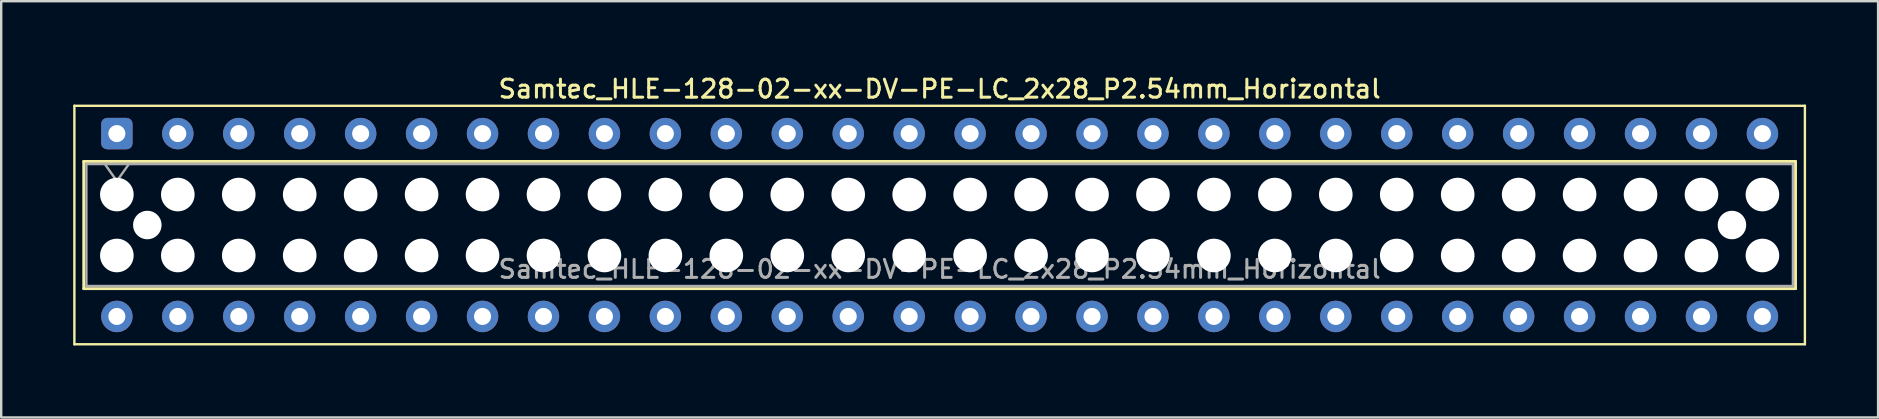
<source format=kicad_pcb>
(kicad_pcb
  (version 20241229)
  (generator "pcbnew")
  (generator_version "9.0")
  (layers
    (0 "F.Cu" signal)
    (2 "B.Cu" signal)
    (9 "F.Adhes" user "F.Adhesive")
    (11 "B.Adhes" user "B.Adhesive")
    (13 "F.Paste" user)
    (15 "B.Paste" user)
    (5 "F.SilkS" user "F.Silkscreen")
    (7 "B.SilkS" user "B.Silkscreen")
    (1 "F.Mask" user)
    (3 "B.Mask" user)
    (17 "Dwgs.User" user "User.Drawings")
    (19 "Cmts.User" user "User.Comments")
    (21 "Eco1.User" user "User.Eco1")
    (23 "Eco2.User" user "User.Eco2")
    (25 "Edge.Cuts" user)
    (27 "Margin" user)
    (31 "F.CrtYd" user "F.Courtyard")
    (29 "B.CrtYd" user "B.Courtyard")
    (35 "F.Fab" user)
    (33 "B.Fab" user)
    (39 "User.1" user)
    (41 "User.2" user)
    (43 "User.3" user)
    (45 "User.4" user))
  (footprint "Samtec_HLE-128-02-xx-DV-PE-LC_2x28_P2.54mm_Horizontal"
    (layer "F.Cu")
    (at 1.82 2.518)
    (property "Reference" "Samtec_HLE-128-02-xx-DV-PE-LC_2x28_P2.54mm_Horizontal" (at 34.29 -1.86 0) (layer "F.SilkS") (effects (font (size 0.75 0.75) (thickness 0.125))))
    (attr through_hole)
    (fp_line (start -1.77 -1.16) (end 70.35 -1.16) (stroke (width 0.1) (type solid)) (layer "F.SilkS"))
    (fp_line (start -1.77 8.78) (end -1.77 -1.16) (stroke (width 0.1) (type solid)) (layer "F.SilkS"))
    (fp_line (start -1.38 1.16) (end 69.96 1.16) (stroke (width 0.12) (type solid)) (layer "F.SilkS"))
    (fp_line (start -1.38 6.46) (end -1.38 1.16) (stroke (width 0.12) (type solid)) (layer "F.SilkS"))
    (fp_line (start 69.96 1.16) (end 69.96 6.46) (stroke (width 0.12) (type solid)) (layer "F.SilkS"))
    (fp_line (start 69.96 6.46) (end -1.38 6.46) (stroke (width 0.12) (type solid)) (layer "F.SilkS"))
    (fp_line (start 70.35 -1.16) (end 70.35 8.78) (stroke (width 0.1) (type solid)) (layer "F.SilkS"))
    (fp_line (start 70.35 8.78) (end -1.77 8.78) (stroke (width 0.1) (type solid)) (layer "F.SilkS"))
    (fp_line (start -1.27 1.27) (end 69.85 1.27) (stroke (width 0.1) (type solid)) (layer "F.Fab"))
    (fp_line (start -1.27 6.35) (end -1.27 1.27) (stroke (width 0.1) (type solid)) (layer "F.Fab"))
    (fp_line (start -0.5 1.27) (end 0 1.977) (stroke (width 0.1) (type solid)) (layer "F.Fab"))
    (fp_line (start 0 1.977) (end 0.5 1.27) (stroke (width 0.1) (type solid)) (layer "F.Fab"))
    (fp_line (start 69.85 1.27) (end 69.85 6.35) (stroke (width 0.1) (type solid)) (layer "F.Fab"))
    (fp_line (start 69.85 6.35) (end -1.27 6.35) (stroke (width 0.1) (type solid)) (layer "F.Fab"))
    (fp_text user "${REFERENCE}" (at 34.29 5.65 0) (layer "F.Fab") (effects (font (size 0.75 0.75) (thickness 0.125))))
    (pad "" np_thru_hole circle (at 0 2.54) (size 1.4 1.4) (drill 1.4) (layers "*.Cu" "*.Mask"))
    (pad "" np_thru_hole circle (at 0 5.08) (size 1.4 1.4) (drill 1.4) (layers "*.Cu" "*.Mask"))
    (pad "" np_thru_hole circle (at 1.27 3.81) (size 1.19 1.19) (drill 1.19) (layers "*.Cu" "*.Mask"))
    (pad "" np_thru_hole circle (at 2.54 2.54) (size 1.4 1.4) (drill 1.4) (layers "*.Cu" "*.Mask"))
    (pad "" np_thru_hole circle (at 2.54 5.08) (size 1.4 1.4) (drill 1.4) (layers "*.Cu" "*.Mask"))
    (pad "" np_thru_hole circle (at 5.08 2.54) (size 1.4 1.4) (drill 1.4) (layers "*.Cu" "*.Mask"))
    (pad "" np_thru_hole circle (at 5.08 5.08) (size 1.4 1.4) (drill 1.4) (layers "*.Cu" "*.Mask"))
    (pad "" np_thru_hole circle (at 7.62 2.54) (size 1.4 1.4) (drill 1.4) (layers "*.Cu" "*.Mask"))
    (pad "" np_thru_hole circle (at 7.62 5.08) (size 1.4 1.4) (drill 1.4) (layers "*.Cu" "*.Mask"))
    (pad "" np_thru_hole circle (at 10.16 2.54) (size 1.4 1.4) (drill 1.4) (layers "*.Cu" "*.Mask"))
    (pad "" np_thru_hole circle (at 10.16 5.08) (size 1.4 1.4) (drill 1.4) (layers "*.Cu" "*.Mask"))
    (pad "" np_thru_hole circle (at 12.7 2.54) (size 1.4 1.4) (drill 1.4) (layers "*.Cu" "*.Mask"))
    (pad "" np_thru_hole circle (at 12.7 5.08) (size 1.4 1.4) (drill 1.4) (layers "*.Cu" "*.Mask"))
    (pad "" np_thru_hole circle (at 15.24 2.54) (size 1.4 1.4) (drill 1.4) (layers "*.Cu" "*.Mask"))
    (pad "" np_thru_hole circle (at 15.24 5.08) (size 1.4 1.4) (drill 1.4) (layers "*.Cu" "*.Mask"))
    (pad "" np_thru_hole circle (at 17.78 2.54) (size 1.4 1.4) (drill 1.4) (layers "*.Cu" "*.Mask"))
    (pad "" np_thru_hole circle (at 17.78 5.08) (size 1.4 1.4) (drill 1.4) (layers "*.Cu" "*.Mask"))
    (pad "" np_thru_hole circle (at 20.32 2.54) (size 1.4 1.4) (drill 1.4) (layers "*.Cu" "*.Mask"))
    (pad "" np_thru_hole circle (at 20.32 5.08) (size 1.4 1.4) (drill 1.4) (layers "*.Cu" "*.Mask"))
    (pad "" np_thru_hole circle (at 22.86 2.54) (size 1.4 1.4) (drill 1.4) (layers "*.Cu" "*.Mask"))
    (pad "" np_thru_hole circle (at 22.86 5.08) (size 1.4 1.4) (drill 1.4) (layers "*.Cu" "*.Mask"))
    (pad "" np_thru_hole circle (at 25.4 2.54) (size 1.4 1.4) (drill 1.4) (layers "*.Cu" "*.Mask"))
    (pad "" np_thru_hole circle (at 25.4 5.08) (size 1.4 1.4) (drill 1.4) (layers "*.Cu" "*.Mask"))
    (pad "" np_thru_hole circle (at 27.94 2.54) (size 1.4 1.4) (drill 1.4) (layers "*.Cu" "*.Mask"))
    (pad "" np_thru_hole circle (at 27.94 5.08) (size 1.4 1.4) (drill 1.4) (layers "*.Cu" "*.Mask"))
    (pad "" np_thru_hole circle (at 30.48 2.54) (size 1.4 1.4) (drill 1.4) (layers "*.Cu" "*.Mask"))
    (pad "" np_thru_hole circle (at 30.48 5.08) (size 1.4 1.4) (drill 1.4) (layers "*.Cu" "*.Mask"))
    (pad "" np_thru_hole circle (at 33.02 2.54) (size 1.4 1.4) (drill 1.4) (layers "*.Cu" "*.Mask"))
    (pad "" np_thru_hole circle (at 33.02 5.08) (size 1.4 1.4) (drill 1.4) (layers "*.Cu" "*.Mask"))
    (pad "" np_thru_hole circle (at 35.56 2.54) (size 1.4 1.4) (drill 1.4) (layers "*.Cu" "*.Mask"))
    (pad "" np_thru_hole circle (at 35.56 5.08) (size 1.4 1.4) (drill 1.4) (layers "*.Cu" "*.Mask"))
    (pad "" np_thru_hole circle (at 38.1 2.54) (size 1.4 1.4) (drill 1.4) (layers "*.Cu" "*.Mask"))
    (pad "" np_thru_hole circle (at 38.1 5.08) (size 1.4 1.4) (drill 1.4) (layers "*.Cu" "*.Mask"))
    (pad "" np_thru_hole circle (at 40.64 2.54) (size 1.4 1.4) (drill 1.4) (layers "*.Cu" "*.Mask"))
    (pad "" np_thru_hole circle (at 40.64 5.08) (size 1.4 1.4) (drill 1.4) (layers "*.Cu" "*.Mask"))
    (pad "" np_thru_hole circle (at 43.18 2.54) (size 1.4 1.4) (drill 1.4) (layers "*.Cu" "*.Mask"))
    (pad "" np_thru_hole circle (at 43.18 5.08) (size 1.4 1.4) (drill 1.4) (layers "*.Cu" "*.Mask"))
    (pad "" np_thru_hole circle (at 45.72 2.54) (size 1.4 1.4) (drill 1.4) (layers "*.Cu" "*.Mask"))
    (pad "" np_thru_hole circle (at 45.72 5.08) (size 1.4 1.4) (drill 1.4) (layers "*.Cu" "*.Mask"))
    (pad "" np_thru_hole circle (at 48.26 2.54) (size 1.4 1.4) (drill 1.4) (layers "*.Cu" "*.Mask"))
    (pad "" np_thru_hole circle (at 48.26 5.08) (size 1.4 1.4) (drill 1.4) (layers "*.Cu" "*.Mask"))
    (pad "" np_thru_hole circle (at 50.8 2.54) (size 1.4 1.4) (drill 1.4) (layers "*.Cu" "*.Mask"))
    (pad "" np_thru_hole circle (at 50.8 5.08) (size 1.4 1.4) (drill 1.4) (layers "*.Cu" "*.Mask"))
    (pad "" np_thru_hole circle (at 53.34 2.54) (size 1.4 1.4) (drill 1.4) (layers "*.Cu" "*.Mask"))
    (pad "" np_thru_hole circle (at 53.34 5.08) (size 1.4 1.4) (drill 1.4) (layers "*.Cu" "*.Mask"))
    (pad "" np_thru_hole circle (at 55.88 2.54) (size 1.4 1.4) (drill 1.4) (layers "*.Cu" "*.Mask"))
    (pad "" np_thru_hole circle (at 55.88 5.08) (size 1.4 1.4) (drill 1.4) (layers "*.Cu" "*.Mask"))
    (pad "" np_thru_hole circle (at 58.42 2.54) (size 1.4 1.4) (drill 1.4) (layers "*.Cu" "*.Mask"))
    (pad "" np_thru_hole circle (at 58.42 5.08) (size 1.4 1.4) (drill 1.4) (layers "*.Cu" "*.Mask"))
    (pad "" np_thru_hole circle (at 60.96 2.54) (size 1.4 1.4) (drill 1.4) (layers "*.Cu" "*.Mask"))
    (pad "" np_thru_hole circle (at 60.96 5.08) (size 1.4 1.4) (drill 1.4) (layers "*.Cu" "*.Mask"))
    (pad "" np_thru_hole circle (at 63.5 2.54) (size 1.4 1.4) (drill 1.4) (layers "*.Cu" "*.Mask"))
    (pad "" np_thru_hole circle (at 63.5 5.08) (size 1.4 1.4) (drill 1.4) (layers "*.Cu" "*.Mask"))
    (pad "" np_thru_hole circle (at 66.04 2.54) (size 1.4 1.4) (drill 1.4) (layers "*.Cu" "*.Mask"))
    (pad "" np_thru_hole circle (at 66.04 5.08) (size 1.4 1.4) (drill 1.4) (layers "*.Cu" "*.Mask"))
    (pad "" np_thru_hole circle (at 67.31 3.81) (size 1.19 1.19) (drill 1.19) (layers "*.Cu" "*.Mask"))
    (pad "" np_thru_hole circle (at 68.58 2.54) (size 1.4 1.4) (drill 1.4) (layers "*.Cu" "*.Mask"))
    (pad "" np_thru_hole circle (at 68.58 5.08) (size 1.4 1.4) (drill 1.4) (layers "*.Cu" "*.Mask"))
    (pad "1" thru_hole roundrect (at 0 0) (size 1.31 1.31) (drill 0.71) (layers "*.Cu" "*.Mask") (roundrect_rratio 0.191))
    (pad "2" thru_hole circle (at 0 7.62) (size 1.31 1.31) (drill 0.71) (layers "*.Cu" "*.Mask"))
    (pad "3" thru_hole circle (at 2.54 0) (size 1.31 1.31) (drill 0.71) (layers "*.Cu" "*.Mask"))
    (pad "4" thru_hole circle (at 2.54 7.62) (size 1.31 1.31) (drill 0.71) (layers "*.Cu" "*.Mask"))
    (pad "5" thru_hole circle (at 5.08 0) (size 1.31 1.31) (drill 0.71) (layers "*.Cu" "*.Mask"))
    (pad "6" thru_hole circle (at 5.08 7.62) (size 1.31 1.31) (drill 0.71) (layers "*.Cu" "*.Mask"))
    (pad "7" thru_hole circle (at 7.62 0) (size 1.31 1.31) (drill 0.71) (layers "*.Cu" "*.Mask"))
    (pad "8" thru_hole circle (at 7.62 7.62) (size 1.31 1.31) (drill 0.71) (layers "*.Cu" "*.Mask"))
    (pad "9" thru_hole circle (at 10.16 0) (size 1.31 1.31) (drill 0.71) (layers "*.Cu" "*.Mask"))
    (pad "10" thru_hole circle (at 10.16 7.62) (size 1.31 1.31) (drill 0.71) (layers "*.Cu" "*.Mask"))
    (pad "11" thru_hole circle (at 12.7 0) (size 1.31 1.31) (drill 0.71) (layers "*.Cu" "*.Mask"))
    (pad "12" thru_hole circle (at 12.7 7.62) (size 1.31 1.31) (drill 0.71) (layers "*.Cu" "*.Mask"))
    (pad "13" thru_hole circle (at 15.24 0) (size 1.31 1.31) (drill 0.71) (layers "*.Cu" "*.Mask"))
    (pad "14" thru_hole circle (at 15.24 7.62) (size 1.31 1.31) (drill 0.71) (layers "*.Cu" "*.Mask"))
    (pad "15" thru_hole circle (at 17.78 0) (size 1.31 1.31) (drill 0.71) (layers "*.Cu" "*.Mask"))
    (pad "16" thru_hole circle (at 17.78 7.62) (size 1.31 1.31) (drill 0.71) (layers "*.Cu" "*.Mask"))
    (pad "17" thru_hole circle (at 20.32 0) (size 1.31 1.31) (drill 0.71) (layers "*.Cu" "*.Mask"))
    (pad "18" thru_hole circle (at 20.32 7.62) (size 1.31 1.31) (drill 0.71) (layers "*.Cu" "*.Mask"))
    (pad "19" thru_hole circle (at 22.86 0) (size 1.31 1.31) (drill 0.71) (layers "*.Cu" "*.Mask"))
    (pad "20" thru_hole circle (at 22.86 7.62) (size 1.31 1.31) (drill 0.71) (layers "*.Cu" "*.Mask"))
    (pad "21" thru_hole circle (at 25.4 0) (size 1.31 1.31) (drill 0.71) (layers "*.Cu" "*.Mask"))
    (pad "22" thru_hole circle (at 25.4 7.62) (size 1.31 1.31) (drill 0.71) (layers "*.Cu" "*.Mask"))
    (pad "23" thru_hole circle (at 27.94 0) (size 1.31 1.31) (drill 0.71) (layers "*.Cu" "*.Mask"))
    (pad "24" thru_hole circle (at 27.94 7.62) (size 1.31 1.31) (drill 0.71) (layers "*.Cu" "*.Mask"))
    (pad "25" thru_hole circle (at 30.48 0) (size 1.31 1.31) (drill 0.71) (layers "*.Cu" "*.Mask"))
    (pad "26" thru_hole circle (at 30.48 7.62) (size 1.31 1.31) (drill 0.71) (layers "*.Cu" "*.Mask"))
    (pad "27" thru_hole circle (at 33.02 0) (size 1.31 1.31) (drill 0.71) (layers "*.Cu" "*.Mask"))
    (pad "28" thru_hole circle (at 33.02 7.62) (size 1.31 1.31) (drill 0.71) (layers "*.Cu" "*.Mask"))
    (pad "29" thru_hole circle (at 35.56 0) (size 1.31 1.31) (drill 0.71) (layers "*.Cu" "*.Mask"))
    (pad "30" thru_hole circle (at 35.56 7.62) (size 1.31 1.31) (drill 0.71) (layers "*.Cu" "*.Mask"))
    (pad "31" thru_hole circle (at 38.1 0) (size 1.31 1.31) (drill 0.71) (layers "*.Cu" "*.Mask"))
    (pad "32" thru_hole circle (at 38.1 7.62) (size 1.31 1.31) (drill 0.71) (layers "*.Cu" "*.Mask"))
    (pad "33" thru_hole circle (at 40.64 0) (size 1.31 1.31) (drill 0.71) (layers "*.Cu" "*.Mask"))
    (pad "34" thru_hole circle (at 40.64 7.62) (size 1.31 1.31) (drill 0.71) (layers "*.Cu" "*.Mask"))
    (pad "35" thru_hole circle (at 43.18 0) (size 1.31 1.31) (drill 0.71) (layers "*.Cu" "*.Mask"))
    (pad "36" thru_hole circle (at 43.18 7.62) (size 1.31 1.31) (drill 0.71) (layers "*.Cu" "*.Mask"))
    (pad "37" thru_hole circle (at 45.72 0) (size 1.31 1.31) (drill 0.71) (layers "*.Cu" "*.Mask"))
    (pad "38" thru_hole circle (at 45.72 7.62) (size 1.31 1.31) (drill 0.71) (layers "*.Cu" "*.Mask"))
    (pad "39" thru_hole circle (at 48.26 0) (size 1.31 1.31) (drill 0.71) (layers "*.Cu" "*.Mask"))
    (pad "40" thru_hole circle (at 48.26 7.62) (size 1.31 1.31) (drill 0.71) (layers "*.Cu" "*.Mask"))
    (pad "41" thru_hole circle (at 50.8 0) (size 1.31 1.31) (drill 0.71) (layers "*.Cu" "*.Mask"))
    (pad "42" thru_hole circle (at 50.8 7.62) (size 1.31 1.31) (drill 0.71) (layers "*.Cu" "*.Mask"))
    (pad "43" thru_hole circle (at 53.34 0) (size 1.31 1.31) (drill 0.71) (layers "*.Cu" "*.Mask"))
    (pad "44" thru_hole circle (at 53.34 7.62) (size 1.31 1.31) (drill 0.71) (layers "*.Cu" "*.Mask"))
    (pad "45" thru_hole circle (at 55.88 0) (size 1.31 1.31) (drill 0.71) (layers "*.Cu" "*.Mask"))
    (pad "46" thru_hole circle (at 55.88 7.62) (size 1.31 1.31) (drill 0.71) (layers "*.Cu" "*.Mask"))
    (pad "47" thru_hole circle (at 58.42 0) (size 1.31 1.31) (drill 0.71) (layers "*.Cu" "*.Mask"))
    (pad "48" thru_hole circle (at 58.42 7.62) (size 1.31 1.31) (drill 0.71) (layers "*.Cu" "*.Mask"))
    (pad "49" thru_hole circle (at 60.96 0) (size 1.31 1.31) (drill 0.71) (layers "*.Cu" "*.Mask"))
    (pad "50" thru_hole circle (at 60.96 7.62) (size 1.31 1.31) (drill 0.71) (layers "*.Cu" "*.Mask"))
    (pad "51" thru_hole circle (at 63.5 0) (size 1.31 1.31) (drill 0.71) (layers "*.Cu" "*.Mask"))
    (pad "52" thru_hole circle (at 63.5 7.62) (size 1.31 1.31) (drill 0.71) (layers "*.Cu" "*.Mask"))
    (pad "53" thru_hole circle (at 66.04 0) (size 1.31 1.31) (drill 0.71) (layers "*.Cu" "*.Mask"))
    (pad "54" thru_hole circle (at 66.04 7.62) (size 1.31 1.31) (drill 0.71) (layers "*.Cu" "*.Mask"))
    (pad "55" thru_hole circle (at 68.58 0) (size 1.31 1.31) (drill 0.71) (layers "*.Cu" "*.Mask"))
    (pad "56" thru_hole circle (at 68.58 7.62) (size 1.31 1.31) (drill 0.71) (layers "*.Cu" "*.Mask")))
  (gr_rect
    (start -3 -3)
    (end 75.22 14.348)
    (stroke (width 0.1) (type default))
    (fill no)
    (layer "Edge.Cuts")))
</source>
